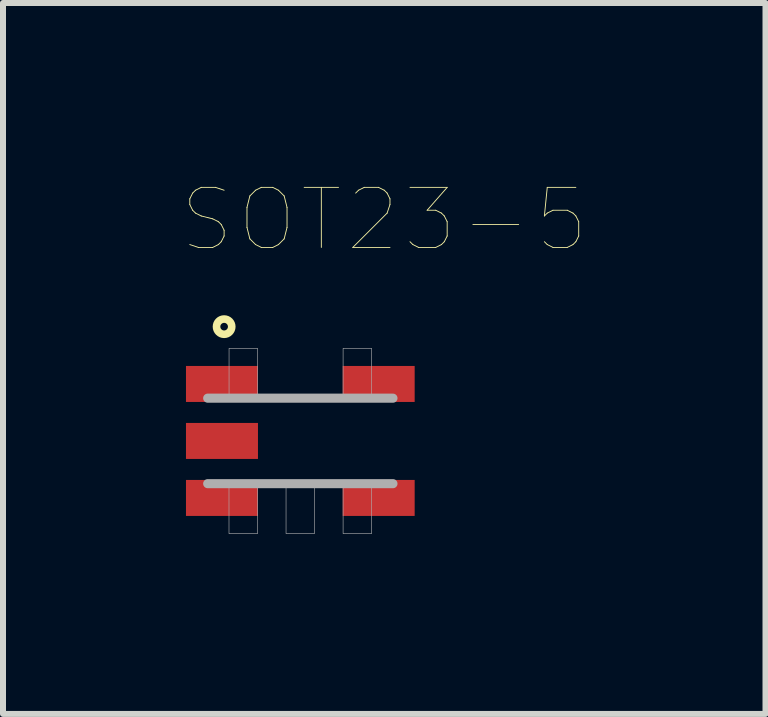
<source format=kicad_pcb>
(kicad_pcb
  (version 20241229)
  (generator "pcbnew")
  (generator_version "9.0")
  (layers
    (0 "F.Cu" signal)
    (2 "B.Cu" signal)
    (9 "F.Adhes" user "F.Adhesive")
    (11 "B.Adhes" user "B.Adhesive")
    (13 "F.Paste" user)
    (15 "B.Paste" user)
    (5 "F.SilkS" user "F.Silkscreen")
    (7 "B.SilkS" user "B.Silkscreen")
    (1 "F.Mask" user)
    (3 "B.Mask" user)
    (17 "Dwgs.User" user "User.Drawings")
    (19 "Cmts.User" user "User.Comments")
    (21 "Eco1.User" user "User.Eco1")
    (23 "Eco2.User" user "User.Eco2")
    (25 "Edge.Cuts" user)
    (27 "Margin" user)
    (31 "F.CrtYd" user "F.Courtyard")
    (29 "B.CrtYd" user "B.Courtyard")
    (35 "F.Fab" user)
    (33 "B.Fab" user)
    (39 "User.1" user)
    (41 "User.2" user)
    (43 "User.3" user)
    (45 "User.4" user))
  (footprint "SOT23-5"
    (layer "F.Cu")
    (at 1.956 4.3)
    (property "Reference" "SOT23-5" (at 1.399 -3.688 0) (layer "F.SilkS") (effects (font (size 1.001 1.001) (thickness 0.015))))
    (attr through_hole)
    (fp_circle (center -1.27 -1.905) (end -1.143 -1.905) (stroke (width 0.127) (type solid)) (fill no) (layer "F.SilkS"))
    (fp_line (start -1.544 -0.713) (end 1.544 -0.713) (stroke (width 0.152) (type solid)) (layer "F.Fab"))
    (fp_line (start 1.544 0.712) (end -1.544 0.712) (stroke (width 0.152) (type solid)) (layer "F.Fab"))
    (fp_poly (pts (xy -1.189 0.712) (xy -0.713 0.712) (xy -0.713 1.545) (xy -1.189 1.545)) (stroke (width 0.01) (type solid)) (fill no) (layer "F.Fab"))
    (fp_poly (pts (xy -1.188 -1.544) (xy -0.713 -1.544) (xy -0.713 -0.713) (xy -1.188 -0.713)) (stroke (width 0.01) (type solid)) (fill no) (layer "F.Fab"))
    (fp_poly (pts (xy -0.238 0.712) (xy 0.237 0.712) (xy 0.237 1.544) (xy -0.238 1.544)) (stroke (width 0.01) (type solid)) (fill no) (layer "F.Fab"))
    (fp_poly (pts (xy 0.713 0.712) (xy 1.188 0.712) (xy 1.188 1.545) (xy 0.713 1.545)) (stroke (width 0.01) (type solid)) (fill no) (layer "F.Fab"))
    (fp_poly (pts (xy 0.713 -1.544) (xy 1.188 -1.544) (xy 1.188 -0.714) (xy 0.713 -0.714)) (stroke (width 0.01) (type solid)) (fill no) (layer "F.Fab"))
    (pad "1" smd rect (at -1.306 -0.95) (size 1.2 0.6) (layers "F.Cu" "F.Mask" "F.Paste"))
    (pad "2" smd rect (at -1.306 0) (size 1.2 0.6) (layers "F.Cu" "F.Mask" "F.Paste"))
    (pad "3" smd rect (at -1.306 0.95) (size 1.2 0.6) (layers "F.Cu" "F.Mask" "F.Paste"))
    (pad "4" smd rect (at 1.306 0.95) (size 1.2 0.6) (layers "F.Cu" "F.Mask" "F.Paste"))
    (pad "5" smd rect (at 1.306 -0.95) (size 1.2 0.6) (layers "F.Cu" "F.Mask" "F.Paste")))
  (gr_rect
    (start -3 -3)
    (end 9.71 8.85)
    (stroke (width 0.1) (type default))
    (fill no)
    (layer "Edge.Cuts")))
</source>
